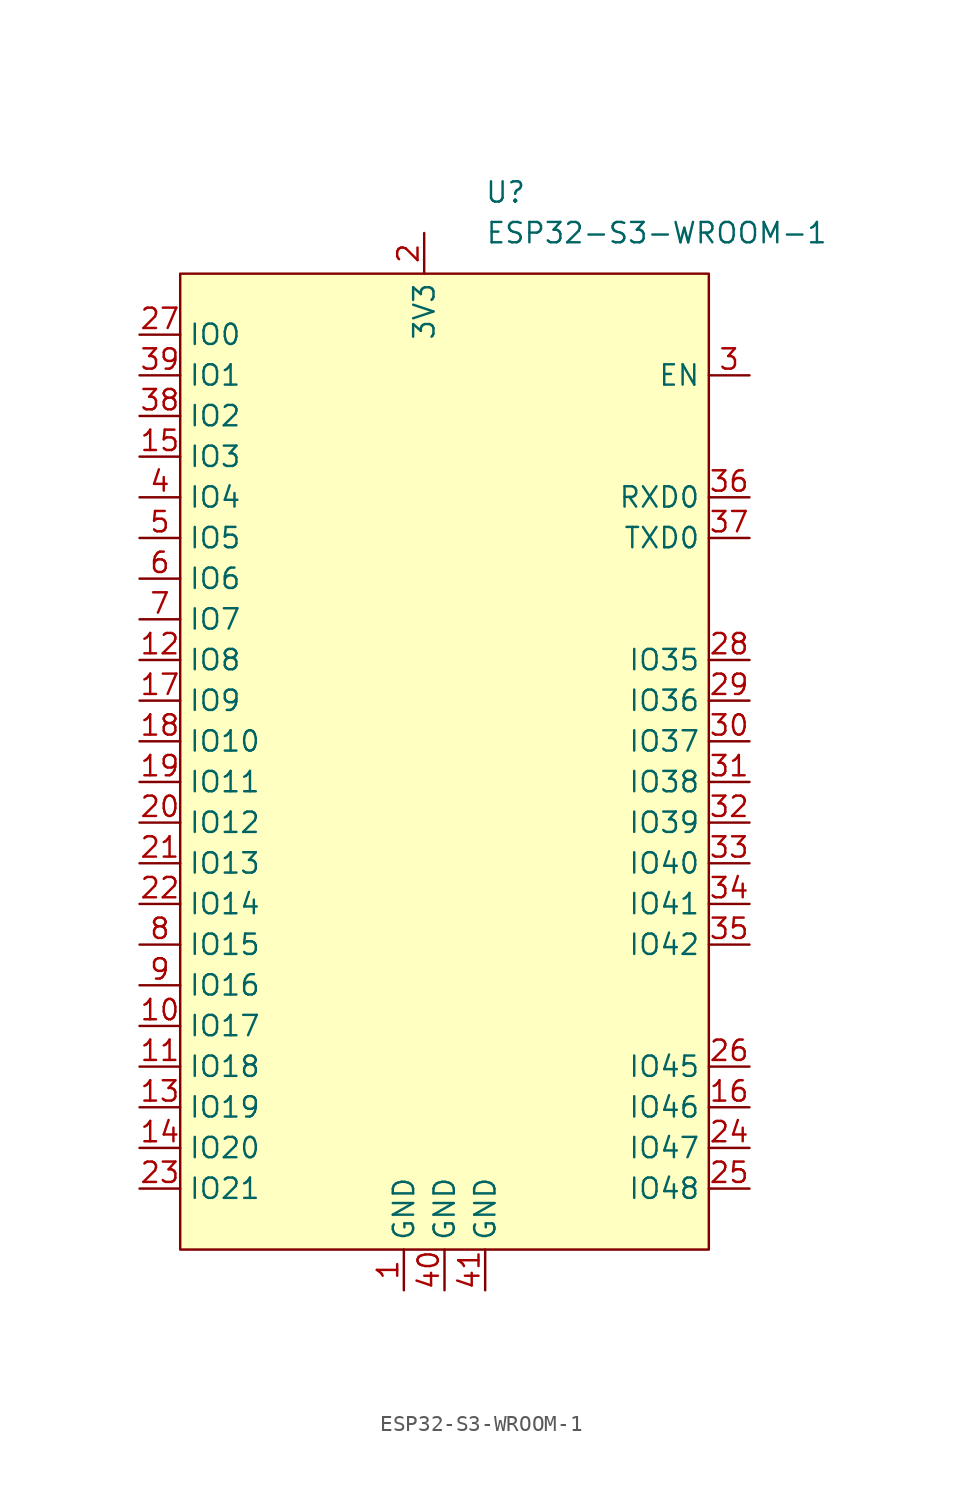
<source format=kicad_sym>
(kicad_symbol_lib
  (version 20231120)
  (generator "kicad_symbol_editor")
  (generator_version "8.0")
  (symbol "ESP32-S3-WROOM-1"
    (property "Reference" "U"
      (at 3.81 35.56 0)
      (effects (font (size 1.27 1.27))))
    (property "Value" "ESP32-S3-WROOM-1"
      (at 2.54 33.02 0)
      (effects (font (size 1.27 1.27)) (justify left)))
    (symbol "ESP32-S3-WROOM-1_1_1"
      (rectangle (start -16.51 30.48) (end 16.51 -30.48) (stroke (width 0) (type default)) (fill (type background)))
      (pin input line (at -2.54 -33.02 90) (length 2.54) (name "GND" (effects (font (size 1.27 1.27)))) (number "1" (effects (font (size 1.27 1.27)))))
      (pin input line (at -19.05 -16.51 0) (length 2.54) (name "IO17" (effects (font (size 1.27 1.27)))) (number "10" (effects (font (size 1.27 1.27)))))
      (pin input line (at -19.05 -19.05 0) (length 2.54) (name "IO18" (effects (font (size 1.27 1.27)))) (number "11" (effects (font (size 1.27 1.27)))))
      (pin input line (at -19.05 6.35 0) (length 2.54) (name "IO8" (effects (font (size 1.27 1.27)))) (number "12" (effects (font (size 1.27 1.27)))))
      (pin input line (at -19.05 -21.59 0) (length 2.54) (name "IO19" (effects (font (size 1.27 1.27)))) (number "13" (effects (font (size 1.27 1.27)))))
      (pin input line (at -19.05 -24.13 0) (length 2.54) (name "IO20" (effects (font (size 1.27 1.27)))) (number "14" (effects (font (size 1.27 1.27)))))
      (pin input line (at -19.05 19.05 0) (length 2.54) (name "IO3" (effects (font (size 1.27 1.27)))) (number "15" (effects (font (size 1.27 1.27)))))
      (pin input line (at 19.05 -21.59 180) (length 2.54) (name "IO46" (effects (font (size 1.27 1.27)))) (number "16" (effects (font (size 1.27 1.27)))))
      (pin input line (at -19.05 3.81 0) (length 2.54) (name "IO9" (effects (font (size 1.27 1.27)))) (number "17" (effects (font (size 1.27 1.27)))))
      (pin input line (at -19.05 1.27 0) (length 2.54) (name "IO10" (effects (font (size 1.27 1.27)))) (number "18" (effects (font (size 1.27 1.27)))))
      (pin input line (at -19.05 -1.27 0) (length 2.54) (name "IO11" (effects (font (size 1.27 1.27)))) (number "19" (effects (font (size 1.27 1.27)))))
      (pin input line (at -1.27 33.02 270) (length 2.54) (name "3V3" (effects (font (size 1.27 1.27)))) (number "2" (effects (font (size 1.27 1.27)))))
      (pin input line (at -19.05 -3.81 0) (length 2.54) (name "IO12" (effects (font (size 1.27 1.27)))) (number "20" (effects (font (size 1.27 1.27)))))
      (pin input line (at -19.05 -6.35 0) (length 2.54) (name "IO13" (effects (font (size 1.27 1.27)))) (number "21" (effects (font (size 1.27 1.27)))))
      (pin input line (at -19.05 -8.89 0) (length 2.54) (name "IO14" (effects (font (size 1.27 1.27)))) (number "22" (effects (font (size 1.27 1.27)))))
      (pin input line (at -19.05 -26.67 0) (length 2.54) (name "IO21" (effects (font (size 1.27 1.27)))) (number "23" (effects (font (size 1.27 1.27)))))
      (pin input line (at 19.05 -24.13 180) (length 2.54) (name "IO47" (effects (font (size 1.27 1.27)))) (number "24" (effects (font (size 1.27 1.27)))))
      (pin input line (at 19.05 -26.67 180) (length 2.54) (name "IO48" (effects (font (size 1.27 1.27)))) (number "25" (effects (font (size 1.27 1.27)))))
      (pin input line (at 19.05 -19.05 180) (length 2.54) (name "IO45" (effects (font (size 1.27 1.27)))) (number "26" (effects (font (size 1.27 1.27)))))
      (pin input line (at -19.05 26.67 0) (length 2.54) (name "IO0" (effects (font (size 1.27 1.27)))) (number "27" (effects (font (size 1.27 1.27)))))
      (pin input line (at 19.05 6.35 180) (length 2.54) (name "IO35" (effects (font (size 1.27 1.27)))) (number "28" (effects (font (size 1.27 1.27)))))
      (pin input line (at 19.05 3.81 180) (length 2.54) (name "IO36" (effects (font (size 1.27 1.27)))) (number "29" (effects (font (size 1.27 1.27)))))
      (pin input line (at 19.05 24.13 180) (length 2.54) (name "EN" (effects (font (size 1.27 1.27)))) (number "3" (effects (font (size 1.27 1.27)))))
      (pin input line (at 19.05 1.27 180) (length 2.54) (name "IO37" (effects (font (size 1.27 1.27)))) (number "30" (effects (font (size 1.27 1.27)))))
      (pin input line (at 19.05 -1.27 180) (length 2.54) (name "IO38" (effects (font (size 1.27 1.27)))) (number "31" (effects (font (size 1.27 1.27)))))
      (pin input line (at 19.05 -3.81 180) (length 2.54) (name "IO39" (effects (font (size 1.27 1.27)))) (number "32" (effects (font (size 1.27 1.27)))))
      (pin input line (at 19.05 -6.35 180) (length 2.54) (name "IO40" (effects (font (size 1.27 1.27)))) (number "33" (effects (font (size 1.27 1.27)))))
      (pin input line (at 19.05 -8.89 180) (length 2.54) (name "IO41" (effects (font (size 1.27 1.27)))) (number "34" (effects (font (size 1.27 1.27)))))
      (pin input line (at 19.05 -11.43 180) (length 2.54) (name "IO42" (effects (font (size 1.27 1.27)))) (number "35" (effects (font (size 1.27 1.27)))))
      (pin input line (at 19.05 16.51 180) (length 2.54) (name "RXD0" (effects (font (size 1.27 1.27)))) (number "36" (effects (font (size 1.27 1.27)))))
      (pin input line (at 19.05 13.97 180) (length 2.54) (name "TXD0" (effects (font (size 1.27 1.27)))) (number "37" (effects (font (size 1.27 1.27)))))
      (pin input line (at -19.05 21.59 0) (length 2.54) (name "IO2" (effects (font (size 1.27 1.27)))) (number "38" (effects (font (size 1.27 1.27)))))
      (pin input line (at -19.05 24.13 0) (length 2.54) (name "IO1" (effects (font (size 1.27 1.27)))) (number "39" (effects (font (size 1.27 1.27)))))
      (pin input line (at -19.05 16.51 0) (length 2.54) (name "IO4" (effects (font (size 1.27 1.27)))) (number "4" (effects (font (size 1.27 1.27)))))
      (pin input line (at 0 -33.02 90) (length 2.54) (name "GND" (effects (font (size 1.27 1.27)))) (number "40" (effects (font (size 1.27 1.27)))))
      (pin input line (at 2.54 -33.02 90) (length 2.54) (name "GND" (effects (font (size 1.27 1.27)))) (number "41" (effects (font (size 1.27 1.27)))))
      (pin input line (at -19.05 13.97 0) (length 2.54) (name "IO5" (effects (font (size 1.27 1.27)))) (number "5" (effects (font (size 1.27 1.27)))))
      (pin input line (at -19.05 11.43 0) (length 2.54) (name "IO6" (effects (font (size 1.27 1.27)))) (number "6" (effects (font (size 1.27 1.27)))))
      (pin input line (at -19.05 8.89 0) (length 2.54) (name "IO7" (effects (font (size 1.27 1.27)))) (number "7" (effects (font (size 1.27 1.27)))))
      (pin input line (at -19.05 -11.43 0) (length 2.54) (name "IO15" (effects (font (size 1.27 1.27)))) (number "8" (effects (font (size 1.27 1.27)))))
      (pin input line (at -19.05 -13.97 0) (length 2.54) (name "IO16" (effects (font (size 1.27 1.27)))) (number "9" (effects (font (size 1.27 1.27))))))))
</source>
